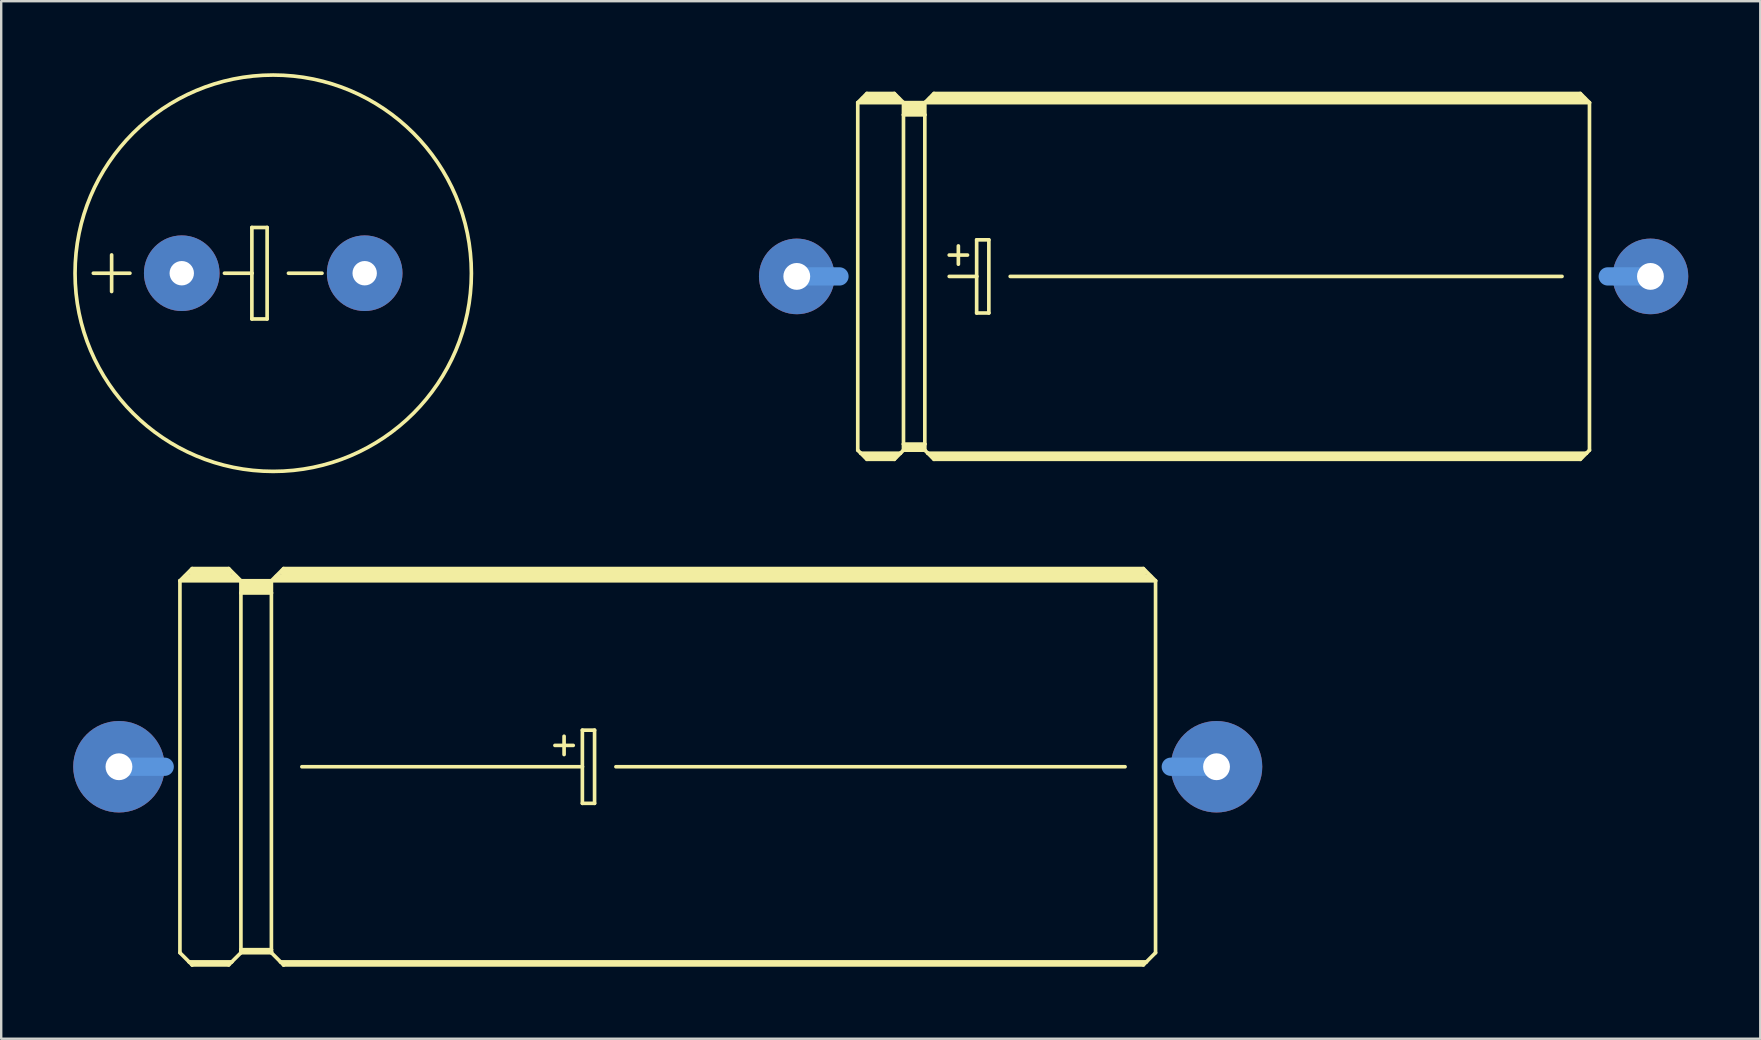
<source format=kicad_pcb>
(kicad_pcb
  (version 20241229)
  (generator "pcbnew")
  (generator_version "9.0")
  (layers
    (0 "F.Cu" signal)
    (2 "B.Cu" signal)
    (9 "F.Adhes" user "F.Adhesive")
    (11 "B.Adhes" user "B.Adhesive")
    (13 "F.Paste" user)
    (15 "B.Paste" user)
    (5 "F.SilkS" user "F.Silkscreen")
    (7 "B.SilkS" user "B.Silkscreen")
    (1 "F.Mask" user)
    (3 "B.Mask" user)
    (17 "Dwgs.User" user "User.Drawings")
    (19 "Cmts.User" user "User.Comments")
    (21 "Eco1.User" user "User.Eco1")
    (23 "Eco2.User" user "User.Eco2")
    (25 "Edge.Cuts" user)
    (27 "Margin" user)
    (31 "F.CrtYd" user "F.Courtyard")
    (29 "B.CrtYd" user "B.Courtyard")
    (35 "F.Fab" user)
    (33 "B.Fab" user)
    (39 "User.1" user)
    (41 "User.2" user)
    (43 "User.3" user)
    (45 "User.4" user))
  (footprint "E7,5-16"
    (layer "F.Cu")
    (at 8.331 8.331)
    (property "Reference" "E7,5-16" (at 11.43 -2.921 0) (layer "Eco1.User") (effects (font (size 1.778 1.778) (thickness 0.178))))
    (attr through_hole)
    (fp_line (start -7.493 0) (end -5.969 0) (stroke (width 0.152) (type solid)) (layer "F.SilkS"))
    (fp_line (start -6.731 0.762) (end -6.731 -0.762) (stroke (width 0.152) (type solid)) (layer "F.SilkS"))
    (fp_line (start -0.889 -1.905) (end -0.889 0) (stroke (width 0.152) (type solid)) (layer "F.SilkS"))
    (fp_line (start -0.889 0) (end -2.032 0) (stroke (width 0.152) (type solid)) (layer "F.SilkS"))
    (fp_line (start -0.889 0) (end -0.889 1.905) (stroke (width 0.152) (type solid)) (layer "F.SilkS"))
    (fp_line (start -0.889 1.905) (end -0.254 1.905) (stroke (width 0.152) (type solid)) (layer "F.SilkS"))
    (fp_line (start -0.254 -1.905) (end -0.889 -1.905) (stroke (width 0.152) (type solid)) (layer "F.SilkS"))
    (fp_line (start -0.254 1.905) (end -0.254 -1.905) (stroke (width 0.152) (type solid)) (layer "F.SilkS"))
    (fp_line (start 0.635 0) (end 2.032 0) (stroke (width 0.152) (type solid)) (layer "F.SilkS"))
    (fp_circle (center 0 0) (end 8.255 0) (stroke (width 0.152) (type solid)) (fill no) (layer "F.SilkS"))
    (pad "+" thru_hole oval (at -3.81 0) (size 3.15 3.15) (drill 1.016) (layers "*.Cu" "*.Mask"))
    (pad "-" thru_hole oval (at 3.81 0) (size 3.15 3.15) (drill 1.016) (layers "*.Cu" "*.Mask")))
  (footprint "E35-14"
    (layer "F.Cu")
    (at 47.92 8.464)
    (property "Reference" "E35-14" (at -11.303 -7.112 0) (layer "Eco1.User") (effects (font (size 1.778 1.778) (thickness 0.178))))
    (attr through_hole)
    (fp_line (start -15.24 -7.239) (end -15.24 7.239) (stroke (width 0.152) (type solid)) (layer "F.SilkS"))
    (fp_line (start -15.24 -7.239) (end -14.859 -7.62) (stroke (width 0.152) (type solid)) (layer "F.SilkS"))
    (fp_line (start -15.24 -7.239) (end -13.335 -7.239) (stroke (width 0.152) (type solid)) (layer "F.SilkS"))
    (fp_line (start -15.24 7.239) (end -15.113 7.366) (stroke (width 0.152) (type solid)) (layer "F.SilkS"))
    (fp_line (start -15.113 7.366) (end -14.859 7.62) (stroke (width 0.152) (type solid)) (layer "F.SilkS"))
    (fp_line (start -15.113 7.366) (end -13.462 7.366) (stroke (width 0.152) (type solid)) (layer "F.SilkS"))
    (fp_line (start -14.986 -7.366) (end -13.589 -7.366) (stroke (width 0.305) (type solid)) (layer "F.SilkS"))
    (fp_line (start -14.859 -7.62) (end -13.716 -7.62) (stroke (width 0.152) (type solid)) (layer "F.SilkS"))
    (fp_line (start -14.859 -7.493) (end -13.716 -7.493) (stroke (width 0.305) (type solid)) (layer "F.SilkS"))
    (fp_line (start -14.859 7.493) (end -13.716 7.493) (stroke (width 0.305) (type solid)) (layer "F.SilkS"))
    (fp_line (start -14.859 7.62) (end -13.716 7.62) (stroke (width 0.152) (type solid)) (layer "F.SilkS"))
    (fp_line (start -13.462 7.366) (end -13.716 7.62) (stroke (width 0.152) (type solid)) (layer "F.SilkS"))
    (fp_line (start -13.335 -7.239) (end -13.716 -7.62) (stroke (width 0.152) (type solid)) (layer "F.SilkS"))
    (fp_line (start -13.335 -7.239) (end -13.335 -6.731) (stroke (width 0.152) (type solid)) (layer "F.SilkS"))
    (fp_line (start -13.335 -7.239) (end -12.446 -7.239) (stroke (width 0.152) (type solid)) (layer "F.SilkS"))
    (fp_line (start -13.335 -6.731) (end -13.335 6.985) (stroke (width 0.152) (type solid)) (layer "F.SilkS"))
    (fp_line (start -13.335 -6.731) (end -12.446 -6.731) (stroke (width 0.152) (type solid)) (layer "F.SilkS"))
    (fp_line (start -13.335 6.985) (end -13.335 7.239) (stroke (width 0.152) (type solid)) (layer "F.SilkS"))
    (fp_line (start -13.335 6.985) (end -12.446 6.985) (stroke (width 0.152) (type solid)) (layer "F.SilkS"))
    (fp_line (start -13.335 7.239) (end -13.462 7.366) (stroke (width 0.152) (type solid)) (layer "F.SilkS"))
    (fp_line (start -13.335 7.239) (end -12.446 7.239) (stroke (width 0.152) (type solid)) (layer "F.SilkS"))
    (fp_line (start -13.208 -7.112) (end -12.573 -7.112) (stroke (width 0.305) (type solid)) (layer "F.SilkS"))
    (fp_line (start -13.208 -6.858) (end -12.573 -6.858) (stroke (width 0.305) (type solid)) (layer "F.SilkS"))
    (fp_line (start -13.208 7.112) (end -12.573 7.112) (stroke (width 0.305) (type solid)) (layer "F.SilkS"))
    (fp_line (start -12.446 -7.239) (end -12.446 -6.731) (stroke (width 0.152) (type solid)) (layer "F.SilkS"))
    (fp_line (start -12.446 -7.239) (end -12.065 -7.62) (stroke (width 0.152) (type solid)) (layer "F.SilkS"))
    (fp_line (start -12.446 -7.239) (end 15.24 -7.239) (stroke (width 0.152) (type solid)) (layer "F.SilkS"))
    (fp_line (start -12.446 -6.731) (end -12.446 6.985) (stroke (width 0.152) (type solid)) (layer "F.SilkS"))
    (fp_line (start -12.446 6.985) (end -12.446 7.239) (stroke (width 0.152) (type solid)) (layer "F.SilkS"))
    (fp_line (start -12.319 7.366) (end -12.446 7.239) (stroke (width 0.152) (type solid)) (layer "F.SilkS"))
    (fp_line (start -12.319 7.366) (end 15.113 7.366) (stroke (width 0.152) (type solid)) (layer "F.SilkS"))
    (fp_line (start -12.192 -7.366) (end 14.986 -7.366) (stroke (width 0.305) (type solid)) (layer "F.SilkS"))
    (fp_line (start -12.065 -7.493) (end 14.859 -7.493) (stroke (width 0.305) (type solid)) (layer "F.SilkS"))
    (fp_line (start -12.065 7.493) (end 14.859 7.493) (stroke (width 0.305) (type solid)) (layer "F.SilkS"))
    (fp_line (start -12.065 7.62) (end -12.319 7.366) (stroke (width 0.152) (type solid)) (layer "F.SilkS"))
    (fp_line (start -11.43 -0.889) (end -10.668 -0.889) (stroke (width 0.152) (type solid)) (layer "F.SilkS"))
    (fp_line (start -11.43 0) (end -10.287 0) (stroke (width 0.152) (type solid)) (layer "F.SilkS"))
    (fp_line (start -11.049 -1.27) (end -11.049 -0.508) (stroke (width 0.152) (type solid)) (layer "F.SilkS"))
    (fp_line (start -10.287 -1.524) (end -10.287 0) (stroke (width 0.152) (type solid)) (layer "F.SilkS"))
    (fp_line (start -10.287 0) (end -10.287 1.524) (stroke (width 0.152) (type solid)) (layer "F.SilkS"))
    (fp_line (start -10.287 1.524) (end -9.779 1.524) (stroke (width 0.152) (type solid)) (layer "F.SilkS"))
    (fp_line (start -9.779 -1.524) (end -10.287 -1.524) (stroke (width 0.152) (type solid)) (layer "F.SilkS"))
    (fp_line (start -9.779 1.524) (end -9.779 -1.524) (stroke (width 0.152) (type solid)) (layer "F.SilkS"))
    (fp_line (start -8.89 0) (end 14.097 0) (stroke (width 0.152) (type solid)) (layer "F.SilkS"))
    (fp_line (start 14.859 -7.62) (end -12.065 -7.62) (stroke (width 0.152) (type solid)) (layer "F.SilkS"))
    (fp_line (start 14.859 7.62) (end -12.065 7.62) (stroke (width 0.152) (type solid)) (layer "F.SilkS"))
    (fp_line (start 15.113 7.366) (end 14.859 7.62) (stroke (width 0.152) (type solid)) (layer "F.SilkS"))
    (fp_line (start 15.24 -7.239) (end 14.859 -7.62) (stroke (width 0.152) (type solid)) (layer "F.SilkS"))
    (fp_line (start 15.24 -7.239) (end 15.24 7.239) (stroke (width 0.152) (type solid)) (layer "F.SilkS"))
    (fp_line (start 15.24 7.239) (end 15.113 7.366) (stroke (width 0.152) (type solid)) (layer "F.SilkS"))
    (fp_line (start -17.78 0) (end -16.002 0) (stroke (width 0.762) (type solid)) (layer "Cmts.User"))
    (fp_line (start 17.78 0) (end 16.002 0) (stroke (width 0.762) (type solid)) (layer "Cmts.User"))
    (pad "+" thru_hole oval (at -17.78 0) (size 3.15 3.15) (drill 1.118) (layers "*.Cu" "*.Mask"))
    (pad "-" thru_hole oval (at 17.78 0) (size 3.15 3.15) (drill 1.118) (layers "*.Cu" "*.Mask")))
  (footprint "E45-16"
    (layer "F.Cu")
    (at 24.765 28.889)
    (property "Reference" "E45-16" (at -16.256 -7.874 0) (layer "Eco1.User") (effects (font (size 1.778 1.778) (thickness 0.178))))
    (attr through_hole)
    (fp_line (start -20.32 -7.747) (end -20.32 7.747) (stroke (width 0.152) (type solid)) (layer "F.SilkS"))
    (fp_line (start -20.32 -7.747) (end -19.812 -8.255) (stroke (width 0.152) (type solid)) (layer "F.SilkS"))
    (fp_line (start -20.32 -7.747) (end -17.78 -7.747) (stroke (width 0.152) (type solid)) (layer "F.SilkS"))
    (fp_line (start -20.32 7.747) (end -19.939 8.128) (stroke (width 0.152) (type solid)) (layer "F.SilkS"))
    (fp_line (start -20.066 -7.874) (end -18.034 -7.874) (stroke (width 0.305) (type solid)) (layer "F.SilkS"))
    (fp_line (start -19.939 8.128) (end -19.812 8.255) (stroke (width 0.152) (type solid)) (layer "F.SilkS"))
    (fp_line (start -19.939 8.128) (end -18.161 8.128) (stroke (width 0.152) (type solid)) (layer "F.SilkS"))
    (fp_line (start -19.812 -8.255) (end -18.288 -8.255) (stroke (width 0.152) (type solid)) (layer "F.SilkS"))
    (fp_line (start -19.812 -8.128) (end -18.288 -8.128) (stroke (width 0.305) (type solid)) (layer "F.SilkS"))
    (fp_line (start -19.812 8.204) (end -18.288 8.204) (stroke (width 0.152) (type solid)) (layer "F.SilkS"))
    (fp_line (start -19.812 8.255) (end -19.812 8.204) (stroke (width 0.152) (type solid)) (layer "F.SilkS"))
    (fp_line (start -19.812 8.255) (end -18.288 8.255) (stroke (width 0.152) (type solid)) (layer "F.SilkS"))
    (fp_line (start -18.288 -8.255) (end -17.78 -7.747) (stroke (width 0.152) (type solid)) (layer "F.SilkS"))
    (fp_line (start -18.288 8.255) (end -18.161 8.128) (stroke (width 0.152) (type solid)) (layer "F.SilkS"))
    (fp_line (start -18.161 8.128) (end -17.78 7.747) (stroke (width 0.152) (type solid)) (layer "F.SilkS"))
    (fp_line (start -17.78 -7.747) (end -16.51 -7.747) (stroke (width 0.152) (type solid)) (layer "F.SilkS"))
    (fp_line (start -17.78 -7.239) (end -17.78 -7.747) (stroke (width 0.152) (type solid)) (layer "F.SilkS"))
    (fp_line (start -17.78 -7.239) (end -16.51 -7.239) (stroke (width 0.152) (type solid)) (layer "F.SilkS"))
    (fp_line (start -17.78 7.62) (end -17.78 -7.239) (stroke (width 0.152) (type solid)) (layer "F.SilkS"))
    (fp_line (start -17.78 7.62) (end -16.51 7.62) (stroke (width 0.152) (type solid)) (layer "F.SilkS"))
    (fp_line (start -17.78 7.696) (end -17.78 7.62) (stroke (width 0.152) (type solid)) (layer "F.SilkS"))
    (fp_line (start -17.78 7.696) (end -16.51 7.696) (stroke (width 0.152) (type solid)) (layer "F.SilkS"))
    (fp_line (start -17.78 7.747) (end -17.78 7.696) (stroke (width 0.152) (type solid)) (layer "F.SilkS"))
    (fp_line (start -17.78 7.747) (end -16.51 7.747) (stroke (width 0.152) (type solid)) (layer "F.SilkS"))
    (fp_line (start -17.653 -7.62) (end -16.637 -7.62) (stroke (width 0.305) (type solid)) (layer "F.SilkS"))
    (fp_line (start -17.653 -7.366) (end -16.637 -7.366) (stroke (width 0.305) (type solid)) (layer "F.SilkS"))
    (fp_line (start -16.51 -7.747) (end -16.002 -8.255) (stroke (width 0.152) (type solid)) (layer "F.SilkS"))
    (fp_line (start -16.51 -7.747) (end 20.32 -7.747) (stroke (width 0.152) (type solid)) (layer "F.SilkS"))
    (fp_line (start -16.51 -7.239) (end -16.51 -7.747) (stroke (width 0.152) (type solid)) (layer "F.SilkS"))
    (fp_line (start -16.51 7.62) (end -16.51 -7.239) (stroke (width 0.152) (type solid)) (layer "F.SilkS"))
    (fp_line (start -16.51 7.696) (end -16.51 7.62) (stroke (width 0.152) (type solid)) (layer "F.SilkS"))
    (fp_line (start -16.51 7.747) (end -16.51 7.696) (stroke (width 0.152) (type solid)) (layer "F.SilkS"))
    (fp_line (start -16.51 7.747) (end -16.129 8.128) (stroke (width 0.152) (type solid)) (layer "F.SilkS"))
    (fp_line (start -16.256 -7.874) (end 20.066 -7.874) (stroke (width 0.305) (type solid)) (layer "F.SilkS"))
    (fp_line (start -16.129 8.128) (end -16.002 8.255) (stroke (width 0.152) (type solid)) (layer "F.SilkS"))
    (fp_line (start -16.129 8.128) (end 19.939 8.128) (stroke (width 0.152) (type solid)) (layer "F.SilkS"))
    (fp_line (start -16.002 -8.255) (end 19.812 -8.255) (stroke (width 0.152) (type solid)) (layer "F.SilkS"))
    (fp_line (start -16.002 -8.128) (end 19.812 -8.128) (stroke (width 0.305) (type solid)) (layer "F.SilkS"))
    (fp_line (start -16.002 8.204) (end 19.812 8.204) (stroke (width 0.152) (type solid)) (layer "F.SilkS"))
    (fp_line (start -16.002 8.255) (end -16.002 8.204) (stroke (width 0.152) (type solid)) (layer "F.SilkS"))
    (fp_line (start -16.002 8.255) (end 19.812 8.255) (stroke (width 0.152) (type solid)) (layer "F.SilkS"))
    (fp_line (start -15.24 0) (end -3.556 0) (stroke (width 0.152) (type solid)) (layer "F.SilkS"))
    (fp_line (start -4.699 -0.889) (end -3.937 -0.889) (stroke (width 0.152) (type solid)) (layer "F.SilkS"))
    (fp_line (start -4.318 -1.27) (end -4.318 -0.508) (stroke (width 0.152) (type solid)) (layer "F.SilkS"))
    (fp_line (start -3.556 -1.524) (end -3.556 0) (stroke (width 0.152) (type solid)) (layer "F.SilkS"))
    (fp_line (start -3.556 0) (end -3.556 1.524) (stroke (width 0.152) (type solid)) (layer "F.SilkS"))
    (fp_line (start -3.556 1.524) (end -3.048 1.524) (stroke (width 0.152) (type solid)) (layer "F.SilkS"))
    (fp_line (start -3.048 -1.524) (end -3.556 -1.524) (stroke (width 0.152) (type solid)) (layer "F.SilkS"))
    (fp_line (start -3.048 1.524) (end -3.048 -1.524) (stroke (width 0.152) (type solid)) (layer "F.SilkS"))
    (fp_line (start -2.159 0) (end 19.05 0) (stroke (width 0.152) (type solid)) (layer "F.SilkS"))
    (fp_line (start 19.812 -8.255) (end 20.32 -7.747) (stroke (width 0.152) (type solid)) (layer "F.SilkS"))
    (fp_line (start 19.812 8.255) (end 19.939 8.128) (stroke (width 0.152) (type solid)) (layer "F.SilkS"))
    (fp_line (start 19.939 8.128) (end 20.32 7.747) (stroke (width 0.152) (type solid)) (layer "F.SilkS"))
    (fp_line (start 20.32 -7.747) (end 20.32 7.747) (stroke (width 0.152) (type solid)) (layer "F.SilkS"))
    (fp_line (start -22.86 0) (end -20.955 0) (stroke (width 0.762) (type solid)) (layer "Cmts.User"))
    (fp_line (start 22.86 0) (end 20.955 0) (stroke (width 0.762) (type solid)) (layer "Cmts.User"))
    (pad "+" thru_hole oval (at -22.86 0) (size 3.81 3.81) (drill 1.118) (layers "*.Cu" "*.Mask"))
    (pad "-" thru_hole oval (at 22.86 0) (size 3.81 3.81) (drill 1.118) (layers "*.Cu" "*.Mask")))
  (gr_rect
    (start -3 -3)
    (end 70.275 40.22)
    (stroke (width 0.1) (type default))
    (fill no)
    (layer "Edge.Cuts")))
</source>
